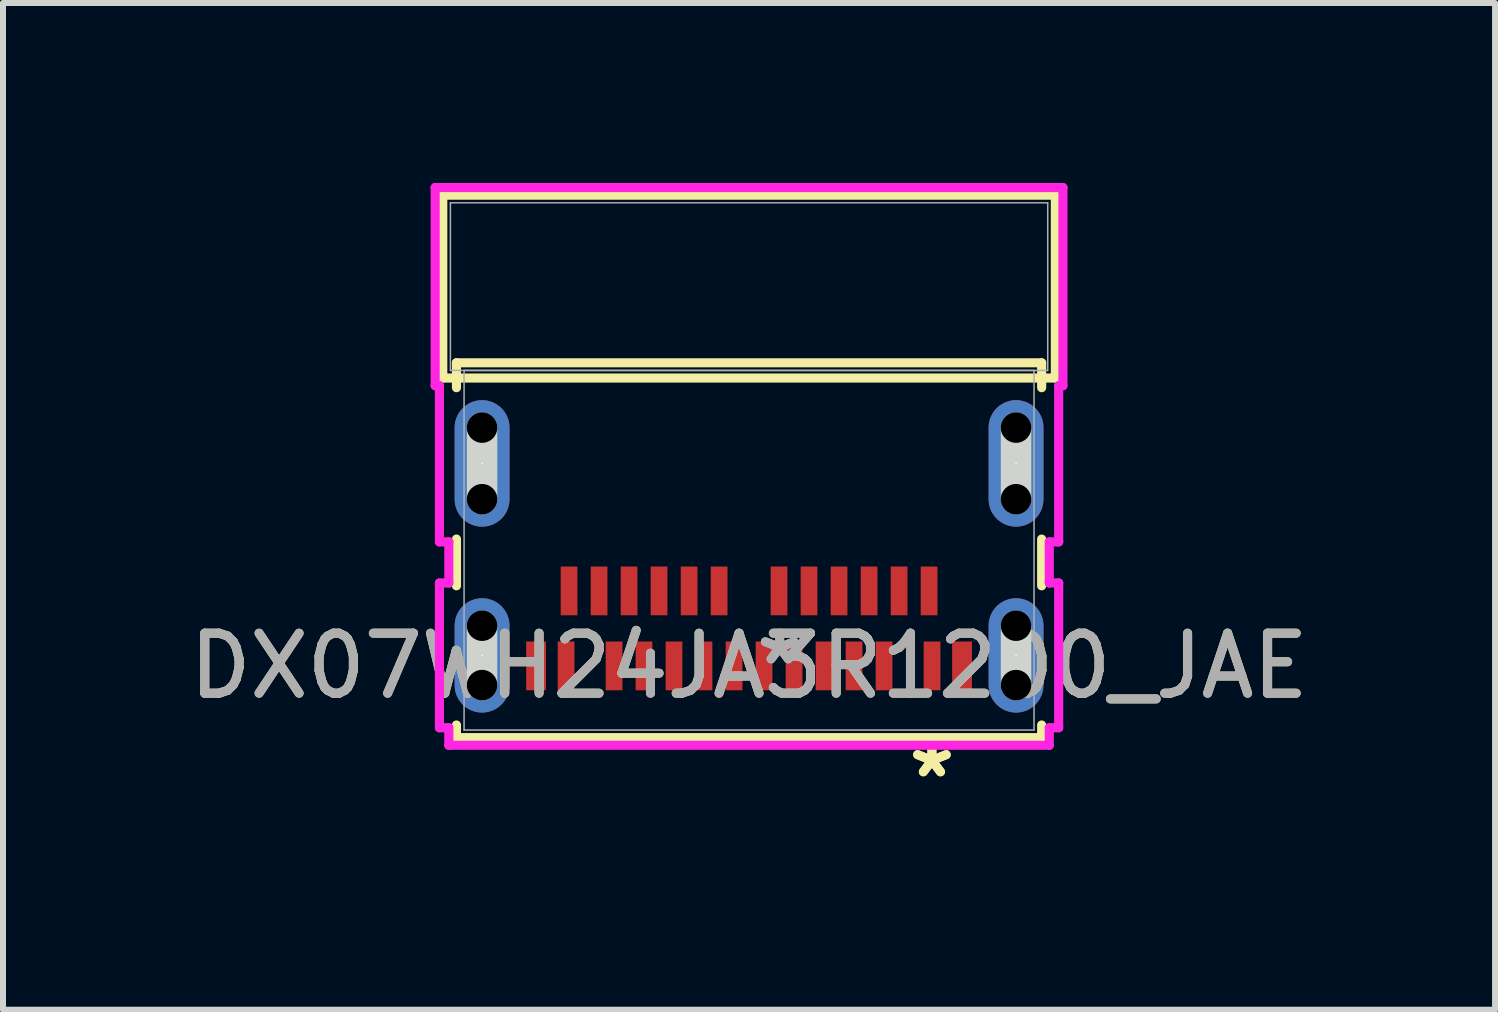
<source format=kicad_pcb>
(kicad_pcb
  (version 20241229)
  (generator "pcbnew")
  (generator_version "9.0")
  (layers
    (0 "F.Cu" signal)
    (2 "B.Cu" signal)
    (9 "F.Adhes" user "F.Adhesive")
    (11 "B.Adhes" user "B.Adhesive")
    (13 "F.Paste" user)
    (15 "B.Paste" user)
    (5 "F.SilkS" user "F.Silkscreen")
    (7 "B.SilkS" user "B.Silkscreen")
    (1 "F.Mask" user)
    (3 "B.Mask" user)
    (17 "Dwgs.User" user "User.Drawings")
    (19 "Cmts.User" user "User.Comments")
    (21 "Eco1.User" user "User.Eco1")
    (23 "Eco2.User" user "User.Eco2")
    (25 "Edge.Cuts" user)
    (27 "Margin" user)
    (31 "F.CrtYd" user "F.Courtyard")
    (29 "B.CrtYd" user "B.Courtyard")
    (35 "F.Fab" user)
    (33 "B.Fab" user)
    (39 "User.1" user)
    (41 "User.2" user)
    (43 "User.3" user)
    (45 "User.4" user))
  (footprint "DX07WH24JA3R1200_JAE"
    (layer "F.Cu")
    (at 9.435 6.121)
    (property "Reference" "DX07WH24JA3R1200_JAE" (at 0 1.928 0) (unlocked yes) (layer "F.SilkS") (effects (font (size 1 1) (thickness 0.15))))
    (attr smd)
    (fp_line (start -5.105 -5.918) (end -5.105 -2.87) (stroke (width 0.152) (type solid)) (layer "F.SilkS"))
    (fp_line (start -5.105 -2.87) (end 5.105 -2.87) (stroke (width 0.152) (type solid)) (layer "F.SilkS"))
    (fp_line (start -4.877 -3.124) (end -4.877 -2.709) (stroke (width 0.152) (type solid)) (layer "F.SilkS"))
    (fp_line (start -4.877 -0.186) (end -4.877 0.593) (stroke (width 0.152) (type solid)) (layer "F.SilkS"))
    (fp_line (start -4.877 2.913) (end -4.877 3.124) (stroke (width 0.152) (type solid)) (layer "F.SilkS"))
    (fp_line (start -4.877 3.124) (end 4.877 3.124) (stroke (width 0.152) (type solid)) (layer "F.SilkS"))
    (fp_line (start 4.877 -3.124) (end -4.877 -3.124) (stroke (width 0.152) (type solid)) (layer "F.SilkS"))
    (fp_line (start 4.877 -2.709) (end 4.877 -3.124) (stroke (width 0.152) (type solid)) (layer "F.SilkS"))
    (fp_line (start 4.877 0.593) (end 4.877 -0.186) (stroke (width 0.152) (type solid)) (layer "F.SilkS"))
    (fp_line (start 4.877 3.124) (end 4.877 2.913) (stroke (width 0.152) (type solid)) (layer "F.SilkS"))
    (fp_line (start 5.105 -5.918) (end -5.105 -5.918) (stroke (width 0.152) (type solid)) (layer "F.SilkS"))
    (fp_line (start 5.105 -2.87) (end 5.105 -5.918) (stroke (width 0.152) (type solid)) (layer "F.SilkS"))
    (fp_line (start -4.45 -0.85) (end -4.45 -2.044) (stroke (width 0.508) (type solid)) (layer "Edge.Cuts"))
    (fp_line (start -4.45 2.248) (end -4.45 1.258) (stroke (width 0.508) (type solid)) (layer "Edge.Cuts"))
    (fp_line (start 4.45 -0.85) (end 4.45 -2.044) (stroke (width 0.508) (type solid)) (layer "Edge.Cuts"))
    (fp_line (start 4.45 2.248) (end 4.45 1.258) (stroke (width 0.508) (type solid)) (layer "Edge.Cuts"))
    (fp_line (start -5.232 -6.045) (end -5.232 -2.743) (stroke (width 0.152) (type solid)) (layer "F.CrtYd"))
    (fp_line (start -5.232 -2.743) (end -5.161 -2.743) (stroke (width 0.152) (type solid)) (layer "F.CrtYd"))
    (fp_line (start -5.161 -2.743) (end -5.161 -0.139) (stroke (width 0.152) (type solid)) (layer "F.CrtYd"))
    (fp_line (start -5.161 -0.139) (end -5.004 -0.139) (stroke (width 0.152) (type solid)) (layer "F.CrtYd"))
    (fp_line (start -5.161 0.546) (end -5.161 2.959) (stroke (width 0.152) (type solid)) (layer "F.CrtYd"))
    (fp_line (start -5.161 2.959) (end -5.004 2.959) (stroke (width 0.152) (type solid)) (layer "F.CrtYd"))
    (fp_line (start -5.004 -0.139) (end -5.004 0.546) (stroke (width 0.152) (type solid)) (layer "F.CrtYd"))
    (fp_line (start -5.004 0.546) (end -5.161 0.546) (stroke (width 0.152) (type solid)) (layer "F.CrtYd"))
    (fp_line (start -5.004 2.959) (end -5.004 3.251) (stroke (width 0.152) (type solid)) (layer "F.CrtYd"))
    (fp_line (start -5.004 3.251) (end 5.004 3.251) (stroke (width 0.152) (type solid)) (layer "F.CrtYd"))
    (fp_line (start 5.004 -0.139) (end 5.161 -0.139) (stroke (width 0.152) (type solid)) (layer "F.CrtYd"))
    (fp_line (start 5.004 0.546) (end 5.004 -0.139) (stroke (width 0.152) (type solid)) (layer "F.CrtYd"))
    (fp_line (start 5.004 2.959) (end 5.161 2.959) (stroke (width 0.152) (type solid)) (layer "F.CrtYd"))
    (fp_line (start 5.004 3.251) (end 5.004 2.959) (stroke (width 0.152) (type solid)) (layer "F.CrtYd"))
    (fp_line (start 5.161 -2.743) (end 5.232 -2.743) (stroke (width 0.152) (type solid)) (layer "F.CrtYd"))
    (fp_line (start 5.161 -0.139) (end 5.161 -2.743) (stroke (width 0.152) (type solid)) (layer "F.CrtYd"))
    (fp_line (start 5.161 0.546) (end 5.004 0.546) (stroke (width 0.152) (type solid)) (layer "F.CrtYd"))
    (fp_line (start 5.161 2.959) (end 5.161 0.546) (stroke (width 0.152) (type solid)) (layer "F.CrtYd"))
    (fp_line (start 5.232 -6.045) (end -5.232 -6.045) (stroke (width 0.152) (type solid)) (layer "F.CrtYd"))
    (fp_line (start 5.232 -2.743) (end 5.232 -6.045) (stroke (width 0.152) (type solid)) (layer "F.CrtYd"))
    (fp_line (start -4.978 -5.791) (end -4.978 -2.997) (stroke (width 0.025) (type solid)) (layer "F.Fab"))
    (fp_line (start -4.978 -2.997) (end 4.978 -2.997) (stroke (width 0.025) (type solid)) (layer "F.Fab"))
    (fp_line (start -4.75 -2.997) (end -4.75 2.997) (stroke (width 0.025) (type solid)) (layer "F.Fab"))
    (fp_line (start -4.75 2.997) (end 4.75 2.997) (stroke (width 0.025) (type solid)) (layer "F.Fab"))
    (fp_line (start 4.75 -2.997) (end -4.75 -2.997) (stroke (width 0.025) (type solid)) (layer "F.Fab"))
    (fp_line (start 4.75 2.997) (end 4.75 -2.997) (stroke (width 0.025) (type solid)) (layer "F.Fab"))
    (fp_line (start 4.978 -5.791) (end -4.978 -5.791) (stroke (width 0.025) (type solid)) (layer "F.Fab"))
    (fp_line (start 4.978 -2.997) (end 4.978 -5.791) (stroke (width 0.025) (type solid)) (layer "F.Fab"))
    (fp_text user "*" (at 3.048 3.81 0) (unlocked yes) (layer "F.SilkS") (effects (font (size 1 1) (thickness 0.15))))
    (fp_text user "*" (at 3.048 3.81 0) (layer "F.SilkS") (effects (font (size 1 1) (thickness 0.15))))
    (fp_text user "*" (at 0.51 1.928 0) (layer "F.Fab") (effects (font (size 1 1) (thickness 0.15))))
    (fp_text user "${REFERENCE}" (at 0 1.928 0) (unlocked yes) (layer "F.Fab") (effects (font (size 1 1) (thickness 0.15))))
    (fp_text user "*" (at 0.51 1.928 0) (unlocked yes) (layer "F.Fab") (effects (font (size 1 1) (thickness 0.15))))
    (pad "" np_thru_hole circle (at -4.45 -2.044) (size 0.508 0.508) (drill 0.508) (layers))
    (pad "" np_thru_hole circle (at -4.45 -0.85) (size 0.508 0.508) (drill 0.508) (layers))
    (pad "" np_thru_hole circle (at -4.45 1.258) (size 0.508 0.508) (drill 0.508) (layers))
    (pad "" np_thru_hole circle (at -4.45 2.248) (size 0.508 0.508) (drill 0.508) (layers))
    (pad "" np_thru_hole circle (at 4.45 -2.044) (size 0.508 0.508) (drill 0.508) (layers))
    (pad "" np_thru_hole circle (at 4.45 -0.85) (size 0.508 0.508) (drill 0.508) (layers))
    (pad "" np_thru_hole circle (at 4.45 1.258) (size 0.508 0.508) (drill 0.508) (layers))
    (pad "" np_thru_hole circle (at 4.45 2.248) (size 0.508 0.508) (drill 0.508) (layers))
    (pad "29" smd rect (at 3.55 1.928) (size 0.33 0.813) (layers "F.Cu" "F.Mask" "F.Paste"))
    (pad "30" smd rect (at -3.55 1.928) (size 0.33 0.813) (layers "F.Cu" "F.Mask" "F.Paste"))
    (pad "A1" smd rect (at 3.05 1.928) (size 0.279 0.813) (layers "F.Cu" "F.Mask" "F.Paste"))
    (pad "A2" smd rect (at 2.25 1.928) (size 0.279 0.813) (layers "F.Cu" "F.Mask" "F.Paste"))
    (pad "A3" smd rect (at 1.75 1.928) (size 0.279 0.813) (layers "F.Cu" "F.Mask" "F.Paste"))
    (pad "A4" smd rect (at 1.25 1.928) (size 0.279 0.813) (layers "F.Cu" "F.Mask" "F.Paste"))
    (pad "A5" smd rect (at 0.75 1.928) (size 0.279 0.813) (layers "F.Cu" "F.Mask" "F.Paste"))
    (pad "A6" smd rect (at 0.25 1.928) (size 0.279 0.813) (layers "F.Cu" "F.Mask" "F.Paste"))
    (pad "A7" smd rect (at -0.25 1.928) (size 0.279 0.813) (layers "F.Cu" "F.Mask" "F.Paste"))
    (pad "A8" smd rect (at -0.751 1.928) (size 0.279 0.813) (layers "F.Cu" "F.Mask" "F.Paste"))
    (pad "A9" smd rect (at -1.251 1.928) (size 0.279 0.813) (layers "F.Cu" "F.Mask" "F.Paste"))
    (pad "A10" smd rect (at -1.751 1.928) (size 0.279 0.813) (layers "F.Cu" "F.Mask" "F.Paste"))
    (pad "A11" smd rect (at -2.25 1.928) (size 0.279 0.813) (layers "F.Cu" "F.Mask" "F.Paste"))
    (pad "A12" smd rect (at -3.05 1.928) (size 0.279 0.813) (layers "F.Cu" "F.Mask" "F.Paste"))
    (pad "B1" smd rect (at -3 0.678) (size 0.279 0.813) (layers "F.Cu" "F.Mask" "F.Paste"))
    (pad "B2" smd rect (at -2.5 0.678) (size 0.279 0.813) (layers "F.Cu" "F.Mask" "F.Paste"))
    (pad "B3" smd rect (at -2 0.678) (size 0.279 0.813) (layers "F.Cu" "F.Mask" "F.Paste"))
    (pad "B4" smd rect (at -1.5 0.678) (size 0.279 0.813) (layers "F.Cu" "F.Mask" "F.Paste"))
    (pad "B5" smd rect (at -0.999 0.678) (size 0.279 0.813) (layers "F.Cu" "F.Mask" "F.Paste"))
    (pad "B6" smd rect (at -0.499 0.678) (size 0.279 0.813) (layers "F.Cu" "F.Mask" "F.Paste"))
    (pad "B7" smd rect (at 0.5 0.678) (size 0.279 0.813) (layers "F.Cu" "F.Mask" "F.Paste"))
    (pad "B8" smd rect (at 1 0.678) (size 0.279 0.813) (layers "F.Cu" "F.Mask" "F.Paste"))
    (pad "B9" smd rect (at 1.5 0.678) (size 0.279 0.813) (layers "F.Cu" "F.Mask" "F.Paste"))
    (pad "B10" smd rect (at 2.001 0.678) (size 0.279 0.813) (layers "F.Cu" "F.Mask" "F.Paste"))
    (pad "B11" smd rect (at 2.501 0.678) (size 0.279 0.813) (layers "F.Cu" "F.Mask" "F.Paste"))
    (pad "B12" smd rect (at 3.001 0.678) (size 0.279 0.813) (layers "F.Cu" "F.Mask" "F.Paste"))
    (pad "S_1" thru_hole oval (at -4.45 -1.447 90) (size 2.108 0.914) (drill 0.025) (layers "*.Cu" "*.Mask"))
    (pad "S_2" thru_hole oval (at 4.45 -1.447 90) (size 2.108 0.914) (drill 0.025) (layers "*.Cu" "*.Mask"))
    (pad "S_3" thru_hole oval (at -4.45 1.753 90) (size 1.905 0.914) (drill 0.025) (layers "*.Cu" "*.Mask"))
    (pad "S_4" thru_hole oval (at 4.45 1.753 90) (size 1.905 0.914) (drill 0.025) (layers "*.Cu" "*.Mask")))
  (gr_rect
    (start -3 -3)
    (end 21.869 13.78)
    (stroke (width 0.1) (type default))
    (fill no)
    (layer "Edge.Cuts")))
</source>
